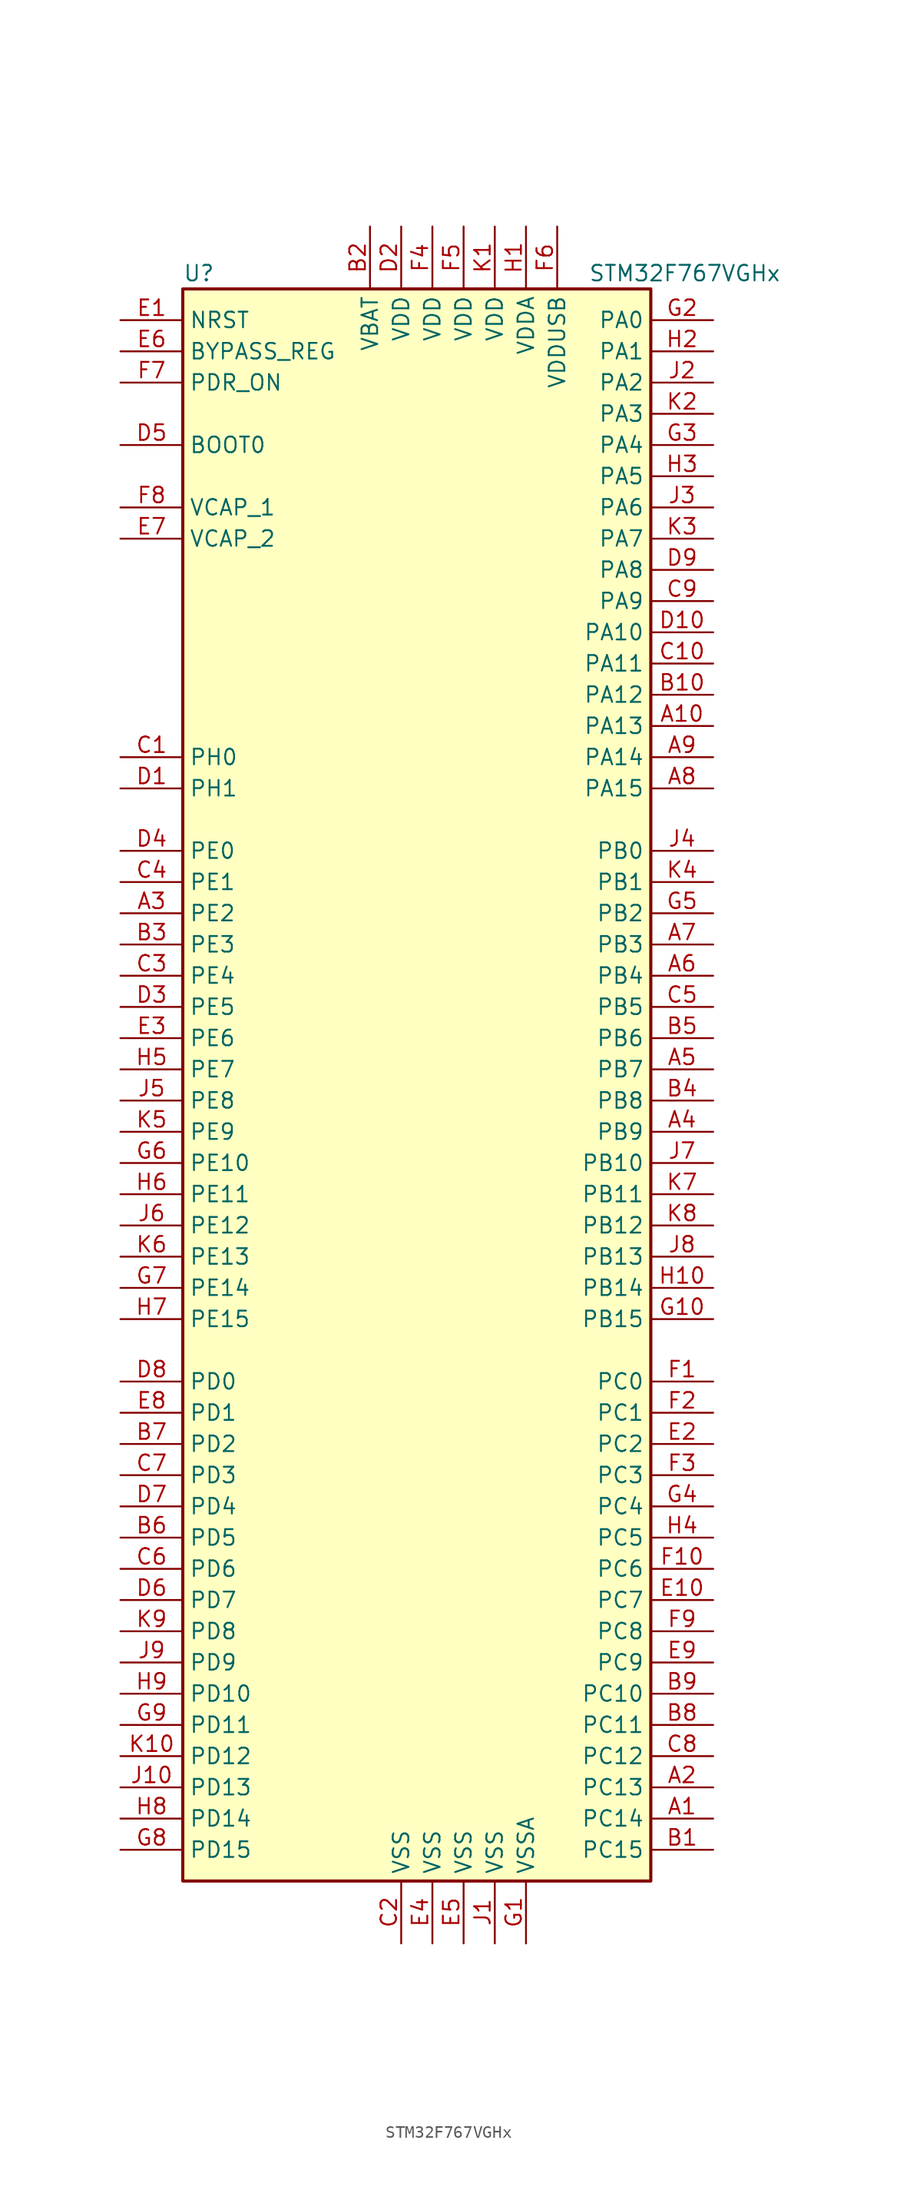
<source format=kicad_sym>
(kicad_symbol_lib
  (version 20211014)
  (generator kicad_symbol_editor)
  (symbol "STM32F767VGHx"
    (property "Reference" "U"
      (at -20.32 64.77 0)
      (effects (font (size 1.27 1.27)) (justify left)))
    (property "Value" "STM32F767VGHx"
      (at 12.7 64.77 0)
      (effects (font (size 1.27 1.27)) (justify left)))
    (symbol "STM32F767VGHx_0_1"
      (rectangle (start -20.32 -66.04) (end 17.78 63.5) (stroke (width 0.254) (type default) (color 0 0 0 0)) (fill (type background))))
    (symbol "STM32F767VGHx_1_1"
      (pin bidirectional line (at 22.86 -60.96 180) (length 5.08) (name "PC14" (effects (font (size 1.27 1.27)))) (number "A1" (effects (font (size 1.27 1.27)))))
      (pin bidirectional line (at 22.86 27.94 180) (length 5.08) (name "PA13" (effects (font (size 1.27 1.27)))) (number "A10" (effects (font (size 1.27 1.27)))))
      (pin bidirectional line (at 22.86 -58.42 180) (length 5.08) (name "PC13" (effects (font (size 1.27 1.27)))) (number "A2" (effects (font (size 1.27 1.27)))))
      (pin bidirectional line (at -25.4 12.7 0) (length 5.08) (name "PE2" (effects (font (size 1.27 1.27)))) (number "A3" (effects (font (size 1.27 1.27)))))
      (pin bidirectional line (at 22.86 -5.08 180) (length 5.08) (name "PB9" (effects (font (size 1.27 1.27)))) (number "A4" (effects (font (size 1.27 1.27)))))
      (pin bidirectional line (at 22.86 0 180) (length 5.08) (name "PB7" (effects (font (size 1.27 1.27)))) (number "A5" (effects (font (size 1.27 1.27)))))
      (pin bidirectional line (at 22.86 7.62 180) (length 5.08) (name "PB4" (effects (font (size 1.27 1.27)))) (number "A6" (effects (font (size 1.27 1.27)))))
      (pin bidirectional line (at 22.86 10.16 180) (length 5.08) (name "PB3" (effects (font (size 1.27 1.27)))) (number "A7" (effects (font (size 1.27 1.27)))))
      (pin bidirectional line (at 22.86 22.86 180) (length 5.08) (name "PA15" (effects (font (size 1.27 1.27)))) (number "A8" (effects (font (size 1.27 1.27)))))
      (pin bidirectional line (at 22.86 25.4 180) (length 5.08) (name "PA14" (effects (font (size 1.27 1.27)))) (number "A9" (effects (font (size 1.27 1.27)))))
      (pin bidirectional line (at 22.86 -63.5 180) (length 5.08) (name "PC15" (effects (font (size 1.27 1.27)))) (number "B1" (effects (font (size 1.27 1.27)))))
      (pin bidirectional line (at 22.86 30.48 180) (length 5.08) (name "PA12" (effects (font (size 1.27 1.27)))) (number "B10" (effects (font (size 1.27 1.27)))))
      (pin power_in line (at -5.08 68.58 270) (length 5.08) (name "VBAT" (effects (font (size 1.27 1.27)))) (number "B2" (effects (font (size 1.27 1.27)))))
      (pin bidirectional line (at -25.4 10.16 0) (length 5.08) (name "PE3" (effects (font (size 1.27 1.27)))) (number "B3" (effects (font (size 1.27 1.27)))))
      (pin bidirectional line (at 22.86 -2.54 180) (length 5.08) (name "PB8" (effects (font (size 1.27 1.27)))) (number "B4" (effects (font (size 1.27 1.27)))))
      (pin bidirectional line (at 22.86 2.54 180) (length 5.08) (name "PB6" (effects (font (size 1.27 1.27)))) (number "B5" (effects (font (size 1.27 1.27)))))
      (pin bidirectional line (at -25.4 -38.1 0) (length 5.08) (name "PD5" (effects (font (size 1.27 1.27)))) (number "B6" (effects (font (size 1.27 1.27)))))
      (pin bidirectional line (at -25.4 -30.48 0) (length 5.08) (name "PD2" (effects (font (size 1.27 1.27)))) (number "B7" (effects (font (size 1.27 1.27)))))
      (pin bidirectional line (at 22.86 -53.34 180) (length 5.08) (name "PC11" (effects (font (size 1.27 1.27)))) (number "B8" (effects (font (size 1.27 1.27)))))
      (pin bidirectional line (at 22.86 -50.8 180) (length 5.08) (name "PC10" (effects (font (size 1.27 1.27)))) (number "B9" (effects (font (size 1.27 1.27)))))
      (pin input line (at -25.4 25.4 0) (length 5.08) (name "PH0" (effects (font (size 1.27 1.27)))) (number "C1" (effects (font (size 1.27 1.27)))))
      (pin bidirectional line (at 22.86 33.02 180) (length 5.08) (name "PA11" (effects (font (size 1.27 1.27)))) (number "C10" (effects (font (size 1.27 1.27)))))
      (pin power_in line (at -2.54 -71.12 90) (length 5.08) (name "VSS" (effects (font (size 1.27 1.27)))) (number "C2" (effects (font (size 1.27 1.27)))))
      (pin bidirectional line (at -25.4 7.62 0) (length 5.08) (name "PE4" (effects (font (size 1.27 1.27)))) (number "C3" (effects (font (size 1.27 1.27)))))
      (pin bidirectional line (at -25.4 15.24 0) (length 5.08) (name "PE1" (effects (font (size 1.27 1.27)))) (number "C4" (effects (font (size 1.27 1.27)))))
      (pin bidirectional line (at 22.86 5.08 180) (length 5.08) (name "PB5" (effects (font (size 1.27 1.27)))) (number "C5" (effects (font (size 1.27 1.27)))))
      (pin bidirectional line (at -25.4 -40.64 0) (length 5.08) (name "PD6" (effects (font (size 1.27 1.27)))) (number "C6" (effects (font (size 1.27 1.27)))))
      (pin bidirectional line (at -25.4 -33.02 0) (length 5.08) (name "PD3" (effects (font (size 1.27 1.27)))) (number "C7" (effects (font (size 1.27 1.27)))))
      (pin bidirectional line (at 22.86 -55.88 180) (length 5.08) (name "PC12" (effects (font (size 1.27 1.27)))) (number "C8" (effects (font (size 1.27 1.27)))))
      (pin bidirectional line (at 22.86 38.1 180) (length 5.08) (name "PA9" (effects (font (size 1.27 1.27)))) (number "C9" (effects (font (size 1.27 1.27)))))
      (pin input line (at -25.4 22.86 0) (length 5.08) (name "PH1" (effects (font (size 1.27 1.27)))) (number "D1" (effects (font (size 1.27 1.27)))))
      (pin bidirectional line (at 22.86 35.56 180) (length 5.08) (name "PA10" (effects (font (size 1.27 1.27)))) (number "D10" (effects (font (size 1.27 1.27)))))
      (pin power_in line (at -2.54 68.58 270) (length 5.08) (name "VDD" (effects (font (size 1.27 1.27)))) (number "D2" (effects (font (size 1.27 1.27)))))
      (pin bidirectional line (at -25.4 5.08 0) (length 5.08) (name "PE5" (effects (font (size 1.27 1.27)))) (number "D3" (effects (font (size 1.27 1.27)))))
      (pin bidirectional line (at -25.4 17.78 0) (length 5.08) (name "PE0" (effects (font (size 1.27 1.27)))) (number "D4" (effects (font (size 1.27 1.27)))))
      (pin input line (at -25.4 50.8 0) (length 5.08) (name "BOOT0" (effects (font (size 1.27 1.27)))) (number "D5" (effects (font (size 1.27 1.27)))))
      (pin bidirectional line (at -25.4 -43.18 0) (length 5.08) (name "PD7" (effects (font (size 1.27 1.27)))) (number "D6" (effects (font (size 1.27 1.27)))))
      (pin bidirectional line (at -25.4 -35.56 0) (length 5.08) (name "PD4" (effects (font (size 1.27 1.27)))) (number "D7" (effects (font (size 1.27 1.27)))))
      (pin bidirectional line (at -25.4 -25.4 0) (length 5.08) (name "PD0" (effects (font (size 1.27 1.27)))) (number "D8" (effects (font (size 1.27 1.27)))))
      (pin bidirectional line (at 22.86 40.64 180) (length 5.08) (name "PA8" (effects (font (size 1.27 1.27)))) (number "D9" (effects (font (size 1.27 1.27)))))
      (pin input line (at -25.4 60.96 0) (length 5.08) (name "NRST" (effects (font (size 1.27 1.27)))) (number "E1" (effects (font (size 1.27 1.27)))))
      (pin bidirectional line (at 22.86 -43.18 180) (length 5.08) (name "PC7" (effects (font (size 1.27 1.27)))) (number "E10" (effects (font (size 1.27 1.27)))))
      (pin bidirectional line (at 22.86 -30.48 180) (length 5.08) (name "PC2" (effects (font (size 1.27 1.27)))) (number "E2" (effects (font (size 1.27 1.27)))))
      (pin bidirectional line (at -25.4 2.54 0) (length 5.08) (name "PE6" (effects (font (size 1.27 1.27)))) (number "E3" (effects (font (size 1.27 1.27)))))
      (pin power_in line (at 0 -71.12 90) (length 5.08) (name "VSS" (effects (font (size 1.27 1.27)))) (number "E4" (effects (font (size 1.27 1.27)))))
      (pin power_in line (at 2.54 -71.12 90) (length 5.08) (name "VSS" (effects (font (size 1.27 1.27)))) (number "E5" (effects (font (size 1.27 1.27)))))
      (pin input line (at -25.4 58.42 0) (length 5.08) (name "BYPASS_REG" (effects (font (size 1.27 1.27)))) (number "E6" (effects (font (size 1.27 1.27)))))
      (pin power_in line (at -25.4 43.18 0) (length 5.08) (name "VCAP_2" (effects (font (size 1.27 1.27)))) (number "E7" (effects (font (size 1.27 1.27)))))
      (pin bidirectional line (at -25.4 -27.94 0) (length 5.08) (name "PD1" (effects (font (size 1.27 1.27)))) (number "E8" (effects (font (size 1.27 1.27)))))
      (pin bidirectional line (at 22.86 -48.26 180) (length 5.08) (name "PC9" (effects (font (size 1.27 1.27)))) (number "E9" (effects (font (size 1.27 1.27)))))
      (pin bidirectional line (at 22.86 -25.4 180) (length 5.08) (name "PC0" (effects (font (size 1.27 1.27)))) (number "F1" (effects (font (size 1.27 1.27)))))
      (pin bidirectional line (at 22.86 -40.64 180) (length 5.08) (name "PC6" (effects (font (size 1.27 1.27)))) (number "F10" (effects (font (size 1.27 1.27)))))
      (pin bidirectional line (at 22.86 -27.94 180) (length 5.08) (name "PC1" (effects (font (size 1.27 1.27)))) (number "F2" (effects (font (size 1.27 1.27)))))
      (pin bidirectional line (at 22.86 -33.02 180) (length 5.08) (name "PC3" (effects (font (size 1.27 1.27)))) (number "F3" (effects (font (size 1.27 1.27)))))
      (pin power_in line (at 0 68.58 270) (length 5.08) (name "VDD" (effects (font (size 1.27 1.27)))) (number "F4" (effects (font (size 1.27 1.27)))))
      (pin power_in line (at 2.54 68.58 270) (length 5.08) (name "VDD" (effects (font (size 1.27 1.27)))) (number "F5" (effects (font (size 1.27 1.27)))))
      (pin power_in line (at 10.16 68.58 270) (length 5.08) (name "VDDUSB" (effects (font (size 1.27 1.27)))) (number "F6" (effects (font (size 1.27 1.27)))))
      (pin input line (at -25.4 55.88 0) (length 5.08) (name "PDR_ON" (effects (font (size 1.27 1.27)))) (number "F7" (effects (font (size 1.27 1.27)))))
      (pin power_in line (at -25.4 45.72 0) (length 5.08) (name "VCAP_1" (effects (font (size 1.27 1.27)))) (number "F8" (effects (font (size 1.27 1.27)))))
      (pin bidirectional line (at 22.86 -45.72 180) (length 5.08) (name "PC8" (effects (font (size 1.27 1.27)))) (number "F9" (effects (font (size 1.27 1.27)))))
      (pin power_in line (at 7.62 -71.12 90) (length 5.08) (name "VSSA" (effects (font (size 1.27 1.27)))) (number "G1" (effects (font (size 1.27 1.27)))))
      (pin bidirectional line (at 22.86 -20.32 180) (length 5.08) (name "PB15" (effects (font (size 1.27 1.27)))) (number "G10" (effects (font (size 1.27 1.27)))))
      (pin bidirectional line (at 22.86 60.96 180) (length 5.08) (name "PA0" (effects (font (size 1.27 1.27)))) (number "G2" (effects (font (size 1.27 1.27)))))
      (pin bidirectional line (at 22.86 50.8 180) (length 5.08) (name "PA4" (effects (font (size 1.27 1.27)))) (number "G3" (effects (font (size 1.27 1.27)))))
      (pin bidirectional line (at 22.86 -35.56 180) (length 5.08) (name "PC4" (effects (font (size 1.27 1.27)))) (number "G4" (effects (font (size 1.27 1.27)))))
      (pin bidirectional line (at 22.86 12.7 180) (length 5.08) (name "PB2" (effects (font (size 1.27 1.27)))) (number "G5" (effects (font (size 1.27 1.27)))))
      (pin bidirectional line (at -25.4 -7.62 0) (length 5.08) (name "PE10" (effects (font (size 1.27 1.27)))) (number "G6" (effects (font (size 1.27 1.27)))))
      (pin bidirectional line (at -25.4 -17.78 0) (length 5.08) (name "PE14" (effects (font (size 1.27 1.27)))) (number "G7" (effects (font (size 1.27 1.27)))))
      (pin bidirectional line (at -25.4 -63.5 0) (length 5.08) (name "PD15" (effects (font (size 1.27 1.27)))) (number "G8" (effects (font (size 1.27 1.27)))))
      (pin bidirectional line (at -25.4 -53.34 0) (length 5.08) (name "PD11" (effects (font (size 1.27 1.27)))) (number "G9" (effects (font (size 1.27 1.27)))))
      (pin power_in line (at 7.62 68.58 270) (length 5.08) (name "VDDA" (effects (font (size 1.27 1.27)))) (number "H1" (effects (font (size 1.27 1.27)))))
      (pin bidirectional line (at 22.86 -17.78 180) (length 5.08) (name "PB14" (effects (font (size 1.27 1.27)))) (number "H10" (effects (font (size 1.27 1.27)))))
      (pin bidirectional line (at 22.86 58.42 180) (length 5.08) (name "PA1" (effects (font (size 1.27 1.27)))) (number "H2" (effects (font (size 1.27 1.27)))))
      (pin bidirectional line (at 22.86 48.26 180) (length 5.08) (name "PA5" (effects (font (size 1.27 1.27)))) (number "H3" (effects (font (size 1.27 1.27)))))
      (pin bidirectional line (at 22.86 -38.1 180) (length 5.08) (name "PC5" (effects (font (size 1.27 1.27)))) (number "H4" (effects (font (size 1.27 1.27)))))
      (pin bidirectional line (at -25.4 0 0) (length 5.08) (name "PE7" (effects (font (size 1.27 1.27)))) (number "H5" (effects (font (size 1.27 1.27)))))
      (pin bidirectional line (at -25.4 -10.16 0) (length 5.08) (name "PE11" (effects (font (size 1.27 1.27)))) (number "H6" (effects (font (size 1.27 1.27)))))
      (pin bidirectional line (at -25.4 -20.32 0) (length 5.08) (name "PE15" (effects (font (size 1.27 1.27)))) (number "H7" (effects (font (size 1.27 1.27)))))
      (pin bidirectional line (at -25.4 -60.96 0) (length 5.08) (name "PD14" (effects (font (size 1.27 1.27)))) (number "H8" (effects (font (size 1.27 1.27)))))
      (pin bidirectional line (at -25.4 -50.8 0) (length 5.08) (name "PD10" (effects (font (size 1.27 1.27)))) (number "H9" (effects (font (size 1.27 1.27)))))
      (pin power_in line (at 5.08 -71.12 90) (length 5.08) (name "VSS" (effects (font (size 1.27 1.27)))) (number "J1" (effects (font (size 1.27 1.27)))))
      (pin bidirectional line (at -25.4 -58.42 0) (length 5.08) (name "PD13" (effects (font (size 1.27 1.27)))) (number "J10" (effects (font (size 1.27 1.27)))))
      (pin bidirectional line (at 22.86 55.88 180) (length 5.08) (name "PA2" (effects (font (size 1.27 1.27)))) (number "J2" (effects (font (size 1.27 1.27)))))
      (pin bidirectional line (at 22.86 45.72 180) (length 5.08) (name "PA6" (effects (font (size 1.27 1.27)))) (number "J3" (effects (font (size 1.27 1.27)))))
      (pin bidirectional line (at 22.86 17.78 180) (length 5.08) (name "PB0" (effects (font (size 1.27 1.27)))) (number "J4" (effects (font (size 1.27 1.27)))))
      (pin bidirectional line (at -25.4 -2.54 0) (length 5.08) (name "PE8" (effects (font (size 1.27 1.27)))) (number "J5" (effects (font (size 1.27 1.27)))))
      (pin bidirectional line (at -25.4 -12.7 0) (length 5.08) (name "PE12" (effects (font (size 1.27 1.27)))) (number "J6" (effects (font (size 1.27 1.27)))))
      (pin bidirectional line (at 22.86 -7.62 180) (length 5.08) (name "PB10" (effects (font (size 1.27 1.27)))) (number "J7" (effects (font (size 1.27 1.27)))))
      (pin bidirectional line (at 22.86 -15.24 180) (length 5.08) (name "PB13" (effects (font (size 1.27 1.27)))) (number "J8" (effects (font (size 1.27 1.27)))))
      (pin bidirectional line (at -25.4 -48.26 0) (length 5.08) (name "PD9" (effects (font (size 1.27 1.27)))) (number "J9" (effects (font (size 1.27 1.27)))))
      (pin power_in line (at 5.08 68.58 270) (length 5.08) (name "VDD" (effects (font (size 1.27 1.27)))) (number "K1" (effects (font (size 1.27 1.27)))))
      (pin bidirectional line (at -25.4 -55.88 0) (length 5.08) (name "PD12" (effects (font (size 1.27 1.27)))) (number "K10" (effects (font (size 1.27 1.27)))))
      (pin bidirectional line (at 22.86 53.34 180) (length 5.08) (name "PA3" (effects (font (size 1.27 1.27)))) (number "K2" (effects (font (size 1.27 1.27)))))
      (pin bidirectional line (at 22.86 43.18 180) (length 5.08) (name "PA7" (effects (font (size 1.27 1.27)))) (number "K3" (effects (font (size 1.27 1.27)))))
      (pin bidirectional line (at 22.86 15.24 180) (length 5.08) (name "PB1" (effects (font (size 1.27 1.27)))) (number "K4" (effects (font (size 1.27 1.27)))))
      (pin bidirectional line (at -25.4 -5.08 0) (length 5.08) (name "PE9" (effects (font (size 1.27 1.27)))) (number "K5" (effects (font (size 1.27 1.27)))))
      (pin bidirectional line (at -25.4 -15.24 0) (length 5.08) (name "PE13" (effects (font (size 1.27 1.27)))) (number "K6" (effects (font (size 1.27 1.27)))))
      (pin bidirectional line (at 22.86 -10.16 180) (length 5.08) (name "PB11" (effects (font (size 1.27 1.27)))) (number "K7" (effects (font (size 1.27 1.27)))))
      (pin bidirectional line (at 22.86 -12.7 180) (length 5.08) (name "PB12" (effects (font (size 1.27 1.27)))) (number "K8" (effects (font (size 1.27 1.27)))))
      (pin bidirectional line (at -25.4 -45.72 0) (length 5.08) (name "PD8" (effects (font (size 1.27 1.27)))) (number "K9" (effects (font (size 1.27 1.27))))))))
</source>
